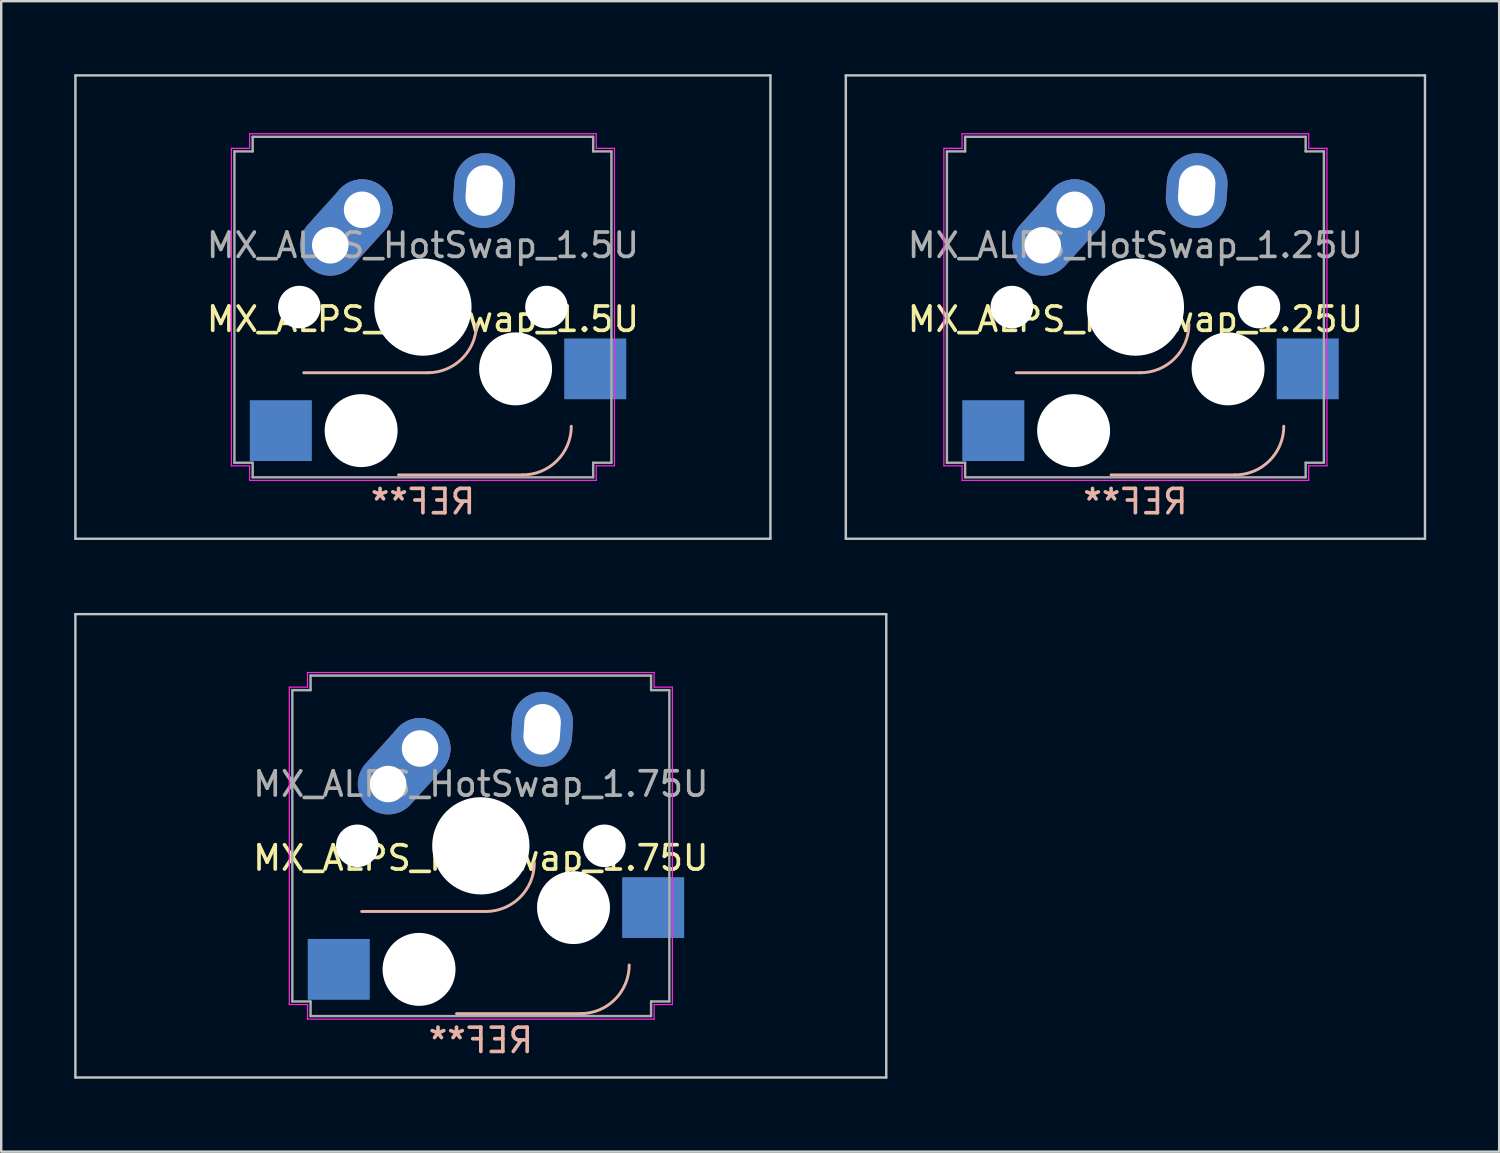
<source format=kicad_pcb>
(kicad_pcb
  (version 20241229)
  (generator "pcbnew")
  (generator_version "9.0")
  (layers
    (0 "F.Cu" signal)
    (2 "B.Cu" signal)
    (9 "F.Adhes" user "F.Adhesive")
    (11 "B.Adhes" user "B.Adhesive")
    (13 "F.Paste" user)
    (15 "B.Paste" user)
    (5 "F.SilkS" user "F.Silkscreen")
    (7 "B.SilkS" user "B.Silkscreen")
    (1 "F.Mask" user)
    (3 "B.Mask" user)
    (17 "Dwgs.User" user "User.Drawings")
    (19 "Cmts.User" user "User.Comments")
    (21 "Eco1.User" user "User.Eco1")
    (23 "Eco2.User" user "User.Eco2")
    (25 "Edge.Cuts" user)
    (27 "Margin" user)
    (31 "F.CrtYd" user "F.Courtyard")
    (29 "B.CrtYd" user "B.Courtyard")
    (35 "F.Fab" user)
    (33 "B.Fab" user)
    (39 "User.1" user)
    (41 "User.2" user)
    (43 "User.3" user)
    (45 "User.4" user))
  (footprint "MX_ALPS_HotSwap_1.5U"
    (layer "F.Cu")
    (at 14.338 9.575)
    (property "Reference" "MX_ALPS_HotSwap_1.5U" (at 0 0.5 0) (layer "F.SilkS") (effects (font (size 1 1) (thickness 0.15))))
    (attr through_hole)
    (fp_line (start 0.2 2.7) (end -4.9 2.7) (stroke (width 0.12) (type solid)) (layer "B.SilkS"))
    (fp_line (start 4.1 6.9) (end -1 6.9) (stroke (width 0.12) (type solid)) (layer "B.SilkS"))
    (fp_arc (start 2.2 0.7) (mid 1.614214 2.114214) (end 0.2 2.7) (stroke (width 0.12) (type solid)) (layer "B.SilkS"))
    (fp_arc (start 6.1 4.9) (mid 5.514214 6.314214) (end 4.1 6.9) (stroke (width 0.12) (type solid)) (layer "B.SilkS"))
    (fp_line (start -14.287 -9.525) (end -14.287 9.525) (stroke (width 0.1) (type solid)) (layer "Dwgs.User"))
    (fp_line (start -14.287 9.525) (end 14.287 9.525) (stroke (width 0.1) (type solid)) (layer "Dwgs.User"))
    (fp_line (start 14.287 -9.525) (end -14.287 -9.525) (stroke (width 0.1) (type solid)) (layer "Dwgs.User"))
    (fp_line (start 14.287 9.525) (end 14.287 -9.525) (stroke (width 0.1) (type solid)) (layer "Dwgs.User"))
    (fp_line (start -7.875 -6.525) (end -7.125 -6.525) (stroke (width 0.05) (type solid)) (layer "F.CrtYd"))
    (fp_line (start -7.875 6.525) (end -7.875 -6.525) (stroke (width 0.05) (type solid)) (layer "F.CrtYd"))
    (fp_line (start -7.125 -7.125) (end 7.125 -7.125) (stroke (width 0.05) (type solid)) (layer "F.CrtYd"))
    (fp_line (start -7.125 -6.525) (end -7.125 -7.125) (stroke (width 0.05) (type solid)) (layer "F.CrtYd"))
    (fp_line (start -7.125 6.525) (end -7.875 6.525) (stroke (width 0.05) (type solid)) (layer "F.CrtYd"))
    (fp_line (start -7.125 7.125) (end -7.125 6.525) (stroke (width 0.05) (type solid)) (layer "F.CrtYd"))
    (fp_line (start 7.125 -7.125) (end 7.125 -6.525) (stroke (width 0.05) (type solid)) (layer "F.CrtYd"))
    (fp_line (start 7.125 -6.525) (end 7.875 -6.525) (stroke (width 0.05) (type solid)) (layer "F.CrtYd"))
    (fp_line (start 7.125 6.525) (end 7.125 7.125) (stroke (width 0.05) (type solid)) (layer "F.CrtYd"))
    (fp_line (start 7.125 7.125) (end -7.125 7.125) (stroke (width 0.05) (type solid)) (layer "F.CrtYd"))
    (fp_line (start 7.875 -6.525) (end 7.875 6.525) (stroke (width 0.05) (type solid)) (layer "F.CrtYd"))
    (fp_line (start 7.875 6.525) (end 7.125 6.525) (stroke (width 0.05) (type solid)) (layer "F.CrtYd"))
    (fp_line (start -7.75 -6.4) (end -7 -6.4) (stroke (width 0.1) (type solid)) (layer "F.Fab"))
    (fp_line (start -7.75 6.4) (end -7.75 -6.4) (stroke (width 0.1) (type solid)) (layer "F.Fab"))
    (fp_line (start -7 -7) (end 7 -7) (stroke (width 0.1) (type solid)) (layer "F.Fab"))
    (fp_line (start -7 -6.4) (end -7 -7) (stroke (width 0.1) (type solid)) (layer "F.Fab"))
    (fp_line (start -7 6.4) (end -7.75 6.4) (stroke (width 0.1) (type solid)) (layer "F.Fab"))
    (fp_line (start -7 7) (end -7 6.4) (stroke (width 0.1) (type solid)) (layer "F.Fab"))
    (fp_line (start 7 -7) (end 7 -6.4) (stroke (width 0.1) (type solid)) (layer "F.Fab"))
    (fp_line (start 7 -6.4) (end 7.75 -6.4) (stroke (width 0.1) (type solid)) (layer "F.Fab"))
    (fp_line (start 7 6.4) (end 7 7) (stroke (width 0.1) (type solid)) (layer "F.Fab"))
    (fp_line (start 7 7) (end -7 7) (stroke (width 0.1) (type solid)) (layer "F.Fab"))
    (fp_line (start 7.75 -6.4) (end 7.75 6.4) (stroke (width 0.1) (type solid)) (layer "F.Fab"))
    (fp_line (start 7.75 6.4) (end 7 6.4) (stroke (width 0.1) (type solid)) (layer "F.Fab"))
    (fp_text user "REF**" (at 0 8 180) (layer "B.SilkS") (effects (font (size 1 1) (thickness 0.15)) (justify mirror)))
    (fp_text user "${REFERENCE}" (at 0 -2.54 0) (layer "F.Fab") (effects (font (size 1 1) (thickness 0.15))))
    (pad "" np_thru_hole circle (at -5.08 0) (size 1.75 1.75) (drill 1.75) (layers "*.Cu" "*.Mask"))
    (pad "" np_thru_hole circle (at -2.54 5.08 180) (size 3 3) (drill 3) (layers "*.Cu" "*.Mask"))
    (pad "" np_thru_hole circle (at 0 0) (size 4 4) (drill 4) (layers "*.Cu" "*.Mask"))
    (pad "" np_thru_hole circle (at 3.81 2.54 180) (size 3 3) (drill 3) (layers "*.Cu" "*.Mask"))
    (pad "" np_thru_hole circle (at 5.08 0) (size 1.75 1.75) (drill 1.75) (layers "*.Cu" "*.Mask"))
    (pad "1" smd rect (at -5.842 5.08 180) (size 2.55 2.5) (layers "B.Cu" "B.Mask" "B.Paste"))
    (pad "1" thru_hole oval (at -3.81 -2.54 48) (size 4.462 2.5) (drill 1.5 (offset 0.981 0)) (layers "*.Cu" "B.Mask"))
    (pad "1" thru_hole circle (at -2.5 -4) (size 2.5 2.5) (drill 1.5) (layers "*.Cu" "B.Mask"))
    (pad "2" thru_hole oval (at 2.52 -4.79 86) (size 3.081 2.5) (drill oval 2.081 1.5) (layers "*.Cu" "B.Mask"))
    (pad "2" smd rect (at 7.085 2.54 180) (size 2.55 2.5) (layers "B.Cu" "B.Mask" "B.Paste")))
  (footprint "MX_ALPS_HotSwap_1.25U"
    (layer "F.Cu")
    (at 43.631 9.575)
    (property "Reference" "MX_ALPS_HotSwap_1.25U" (at 0 0.5 0) (layer "F.SilkS") (effects (font (size 1 1) (thickness 0.15))))
    (attr through_hole)
    (fp_line (start 0.2 2.7) (end -4.9 2.7) (stroke (width 0.12) (type solid)) (layer "B.SilkS"))
    (fp_line (start 4.1 6.9) (end -1 6.9) (stroke (width 0.12) (type solid)) (layer "B.SilkS"))
    (fp_arc (start 2.2 0.7) (mid 1.614214 2.114214) (end 0.2 2.7) (stroke (width 0.12) (type solid)) (layer "B.SilkS"))
    (fp_arc (start 6.1 4.9) (mid 5.514214 6.314214) (end 4.1 6.9) (stroke (width 0.12) (type solid)) (layer "B.SilkS"))
    (fp_line (start -11.906 9.525) (end -11.906 -9.525) (stroke (width 0.1) (type solid)) (layer "Dwgs.User"))
    (fp_line (start -11.906 9.525) (end 11.906 9.525) (stroke (width 0.1) (type solid)) (layer "Dwgs.User"))
    (fp_line (start 11.906 -9.525) (end -11.906 -9.525) (stroke (width 0.1) (type solid)) (layer "Dwgs.User"))
    (fp_line (start 11.906 9.525) (end 11.906 -9.525) (stroke (width 0.1) (type solid)) (layer "Dwgs.User"))
    (fp_line (start -7.875 -6.525) (end -7.125 -6.525) (stroke (width 0.05) (type solid)) (layer "F.CrtYd"))
    (fp_line (start -7.875 6.525) (end -7.875 -6.525) (stroke (width 0.05) (type solid)) (layer "F.CrtYd"))
    (fp_line (start -7.125 -7.125) (end 7.125 -7.125) (stroke (width 0.05) (type solid)) (layer "F.CrtYd"))
    (fp_line (start -7.125 -6.525) (end -7.125 -7.125) (stroke (width 0.05) (type solid)) (layer "F.CrtYd"))
    (fp_line (start -7.125 6.525) (end -7.875 6.525) (stroke (width 0.05) (type solid)) (layer "F.CrtYd"))
    (fp_line (start -7.125 7.125) (end -7.125 6.525) (stroke (width 0.05) (type solid)) (layer "F.CrtYd"))
    (fp_line (start 7.125 -7.125) (end 7.125 -6.525) (stroke (width 0.05) (type solid)) (layer "F.CrtYd"))
    (fp_line (start 7.125 -6.525) (end 7.875 -6.525) (stroke (width 0.05) (type solid)) (layer "F.CrtYd"))
    (fp_line (start 7.125 6.525) (end 7.125 7.125) (stroke (width 0.05) (type solid)) (layer "F.CrtYd"))
    (fp_line (start 7.125 7.125) (end -7.125 7.125) (stroke (width 0.05) (type solid)) (layer "F.CrtYd"))
    (fp_line (start 7.875 -6.525) (end 7.875 6.525) (stroke (width 0.05) (type solid)) (layer "F.CrtYd"))
    (fp_line (start 7.875 6.525) (end 7.125 6.525) (stroke (width 0.05) (type solid)) (layer "F.CrtYd"))
    (fp_line (start -7.75 -6.4) (end -7 -6.4) (stroke (width 0.1) (type solid)) (layer "F.Fab"))
    (fp_line (start -7.75 6.4) (end -7.75 -6.4) (stroke (width 0.1) (type solid)) (layer "F.Fab"))
    (fp_line (start -7 -7) (end 7 -7) (stroke (width 0.1) (type solid)) (layer "F.Fab"))
    (fp_line (start -7 -6.4) (end -7 -7) (stroke (width 0.1) (type solid)) (layer "F.Fab"))
    (fp_line (start -7 6.4) (end -7.75 6.4) (stroke (width 0.1) (type solid)) (layer "F.Fab"))
    (fp_line (start -7 7) (end -7 6.4) (stroke (width 0.1) (type solid)) (layer "F.Fab"))
    (fp_line (start 7 -7) (end 7 -6.4) (stroke (width 0.1) (type solid)) (layer "F.Fab"))
    (fp_line (start 7 -6.4) (end 7.75 -6.4) (stroke (width 0.1) (type solid)) (layer "F.Fab"))
    (fp_line (start 7 6.4) (end 7 7) (stroke (width 0.1) (type solid)) (layer "F.Fab"))
    (fp_line (start 7 7) (end -7 7) (stroke (width 0.1) (type solid)) (layer "F.Fab"))
    (fp_line (start 7.75 -6.4) (end 7.75 6.4) (stroke (width 0.1) (type solid)) (layer "F.Fab"))
    (fp_line (start 7.75 6.4) (end 7 6.4) (stroke (width 0.1) (type solid)) (layer "F.Fab"))
    (fp_text user "REF**" (at 0 8 180) (layer "B.SilkS") (effects (font (size 1 1) (thickness 0.15)) (justify mirror)))
    (fp_text user "${REFERENCE}" (at 0 -2.54 0) (layer "F.Fab") (effects (font (size 1 1) (thickness 0.15))))
    (pad "" np_thru_hole circle (at -5.08 0) (size 1.75 1.75) (drill 1.75) (layers "*.Cu" "*.Mask"))
    (pad "" np_thru_hole circle (at -2.54 5.08 180) (size 3 3) (drill 3) (layers "*.Cu" "*.Mask"))
    (pad "" np_thru_hole circle (at 0 0) (size 4 4) (drill 4) (layers "*.Cu" "*.Mask"))
    (pad "" np_thru_hole circle (at 3.81 2.54 180) (size 3 3) (drill 3) (layers "*.Cu" "*.Mask"))
    (pad "" np_thru_hole circle (at 5.08 0) (size 1.75 1.75) (drill 1.75) (layers "*.Cu" "*.Mask"))
    (pad "1" smd rect (at -5.842 5.08 180) (size 2.55 2.5) (layers "B.Cu" "B.Mask" "B.Paste"))
    (pad "1" thru_hole oval (at -3.81 -2.54 48) (size 4.462 2.5) (drill 1.5 (offset 0.981 0)) (layers "*.Cu" "B.Mask"))
    (pad "1" thru_hole circle (at -2.5 -4) (size 2.5 2.5) (drill 1.5) (layers "*.Cu" "B.Mask"))
    (pad "2" thru_hole oval (at 2.52 -4.79 86) (size 3.081 2.5) (drill oval 2.081 1.5) (layers "*.Cu" "B.Mask"))
    (pad "2" smd rect (at 7.085 2.54 180) (size 2.55 2.5) (layers "B.Cu" "B.Mask" "B.Paste")))
  (footprint "MX_ALPS_HotSwap_1.75U"
    (layer "F.Cu")
    (at 16.719 31.725)
    (property "Reference" "MX_ALPS_HotSwap_1.75U" (at 0 0.5 0) (layer "F.SilkS") (effects (font (size 1 1) (thickness 0.15))))
    (attr through_hole)
    (fp_line (start 0.2 2.7) (end -4.9 2.7) (stroke (width 0.12) (type solid)) (layer "B.SilkS"))
    (fp_line (start 4.1 6.9) (end -1 6.9) (stroke (width 0.12) (type solid)) (layer "B.SilkS"))
    (fp_arc (start 2.2 0.7) (mid 1.614214 2.114214) (end 0.2 2.7) (stroke (width 0.12) (type solid)) (layer "B.SilkS"))
    (fp_arc (start 6.1 4.9) (mid 5.514214 6.314214) (end 4.1 6.9) (stroke (width 0.12) (type solid)) (layer "B.SilkS"))
    (fp_line (start -16.669 -9.525) (end -16.669 9.525) (stroke (width 0.1) (type solid)) (layer "Dwgs.User"))
    (fp_line (start -16.669 9.525) (end 16.669 9.525) (stroke (width 0.1) (type solid)) (layer "Dwgs.User"))
    (fp_line (start 16.669 -9.525) (end -16.669 -9.525) (stroke (width 0.1) (type solid)) (layer "Dwgs.User"))
    (fp_line (start 16.669 9.525) (end 16.669 -9.525) (stroke (width 0.1) (type solid)) (layer "Dwgs.User"))
    (fp_line (start -7.875 -6.525) (end -7.125 -6.525) (stroke (width 0.05) (type solid)) (layer "F.CrtYd"))
    (fp_line (start -7.875 6.525) (end -7.875 -6.525) (stroke (width 0.05) (type solid)) (layer "F.CrtYd"))
    (fp_line (start -7.125 -7.125) (end 7.125 -7.125) (stroke (width 0.05) (type solid)) (layer "F.CrtYd"))
    (fp_line (start -7.125 -6.525) (end -7.125 -7.125) (stroke (width 0.05) (type solid)) (layer "F.CrtYd"))
    (fp_line (start -7.125 6.525) (end -7.875 6.525) (stroke (width 0.05) (type solid)) (layer "F.CrtYd"))
    (fp_line (start -7.125 7.125) (end -7.125 6.525) (stroke (width 0.05) (type solid)) (layer "F.CrtYd"))
    (fp_line (start 7.125 -7.125) (end 7.125 -6.525) (stroke (width 0.05) (type solid)) (layer "F.CrtYd"))
    (fp_line (start 7.125 -6.525) (end 7.875 -6.525) (stroke (width 0.05) (type solid)) (layer "F.CrtYd"))
    (fp_line (start 7.125 6.525) (end 7.125 7.125) (stroke (width 0.05) (type solid)) (layer "F.CrtYd"))
    (fp_line (start 7.125 7.125) (end -7.125 7.125) (stroke (width 0.05) (type solid)) (layer "F.CrtYd"))
    (fp_line (start 7.875 -6.525) (end 7.875 6.525) (stroke (width 0.05) (type solid)) (layer "F.CrtYd"))
    (fp_line (start 7.875 6.525) (end 7.125 6.525) (stroke (width 0.05) (type solid)) (layer "F.CrtYd"))
    (fp_line (start -7.75 -6.4) (end -7 -6.4) (stroke (width 0.1) (type solid)) (layer "F.Fab"))
    (fp_line (start -7.75 6.4) (end -7.75 -6.4) (stroke (width 0.1) (type solid)) (layer "F.Fab"))
    (fp_line (start -7 -7) (end 7 -7) (stroke (width 0.1) (type solid)) (layer "F.Fab"))
    (fp_line (start -7 -6.4) (end -7 -7) (stroke (width 0.1) (type solid)) (layer "F.Fab"))
    (fp_line (start -7 6.4) (end -7.75 6.4) (stroke (width 0.1) (type solid)) (layer "F.Fab"))
    (fp_line (start -7 7) (end -7 6.4) (stroke (width 0.1) (type solid)) (layer "F.Fab"))
    (fp_line (start 7 -7) (end 7 -6.4) (stroke (width 0.1) (type solid)) (layer "F.Fab"))
    (fp_line (start 7 -6.4) (end 7.75 -6.4) (stroke (width 0.1) (type solid)) (layer "F.Fab"))
    (fp_line (start 7 6.4) (end 7 7) (stroke (width 0.1) (type solid)) (layer "F.Fab"))
    (fp_line (start 7 7) (end -7 7) (stroke (width 0.1) (type solid)) (layer "F.Fab"))
    (fp_line (start 7.75 -6.4) (end 7.75 6.4) (stroke (width 0.1) (type solid)) (layer "F.Fab"))
    (fp_line (start 7.75 6.4) (end 7 6.4) (stroke (width 0.1) (type solid)) (layer "F.Fab"))
    (fp_text user "REF**" (at 0 8 180) (layer "B.SilkS") (effects (font (size 1 1) (thickness 0.15)) (justify mirror)))
    (fp_text user "${REFERENCE}" (at 0 -2.54 0) (layer "F.Fab") (effects (font (size 1 1) (thickness 0.15))))
    (pad "" np_thru_hole circle (at -5.08 0) (size 1.75 1.75) (drill 1.75) (layers "*.Cu" "*.Mask"))
    (pad "" np_thru_hole circle (at -2.54 5.08 180) (size 3 3) (drill 3) (layers "*.Cu" "*.Mask"))
    (pad "" np_thru_hole circle (at 0 0) (size 4 4) (drill 4) (layers "*.Cu" "*.Mask"))
    (pad "" np_thru_hole circle (at 3.81 2.54 180) (size 3 3) (drill 3) (layers "*.Cu" "*.Mask"))
    (pad "" np_thru_hole circle (at 5.08 0) (size 1.75 1.75) (drill 1.75) (layers "*.Cu" "*.Mask"))
    (pad "1" smd rect (at -5.842 5.08 180) (size 2.55 2.5) (layers "B.Cu" "B.Mask" "B.Paste"))
    (pad "1" thru_hole oval (at -3.81 -2.54 48) (size 4.462 2.5) (drill 1.5 (offset 0.981 0)) (layers "*.Cu" "B.Mask"))
    (pad "1" thru_hole circle (at -2.5 -4) (size 2.5 2.5) (drill 1.5) (layers "*.Cu" "B.Mask"))
    (pad "2" thru_hole oval (at 2.52 -4.79 86) (size 3.081 2.5) (drill oval 2.081 1.5) (layers "*.Cu" "B.Mask"))
    (pad "2" smd rect (at 7.085 2.54 180) (size 2.55 2.5) (layers "B.Cu" "B.Mask" "B.Paste")))
  (gr_rect
    (start -3 -3)
    (end 58.587 44.3)
    (stroke (width 0.1) (type default))
    (fill no)
    (layer "Edge.Cuts")))
</source>
